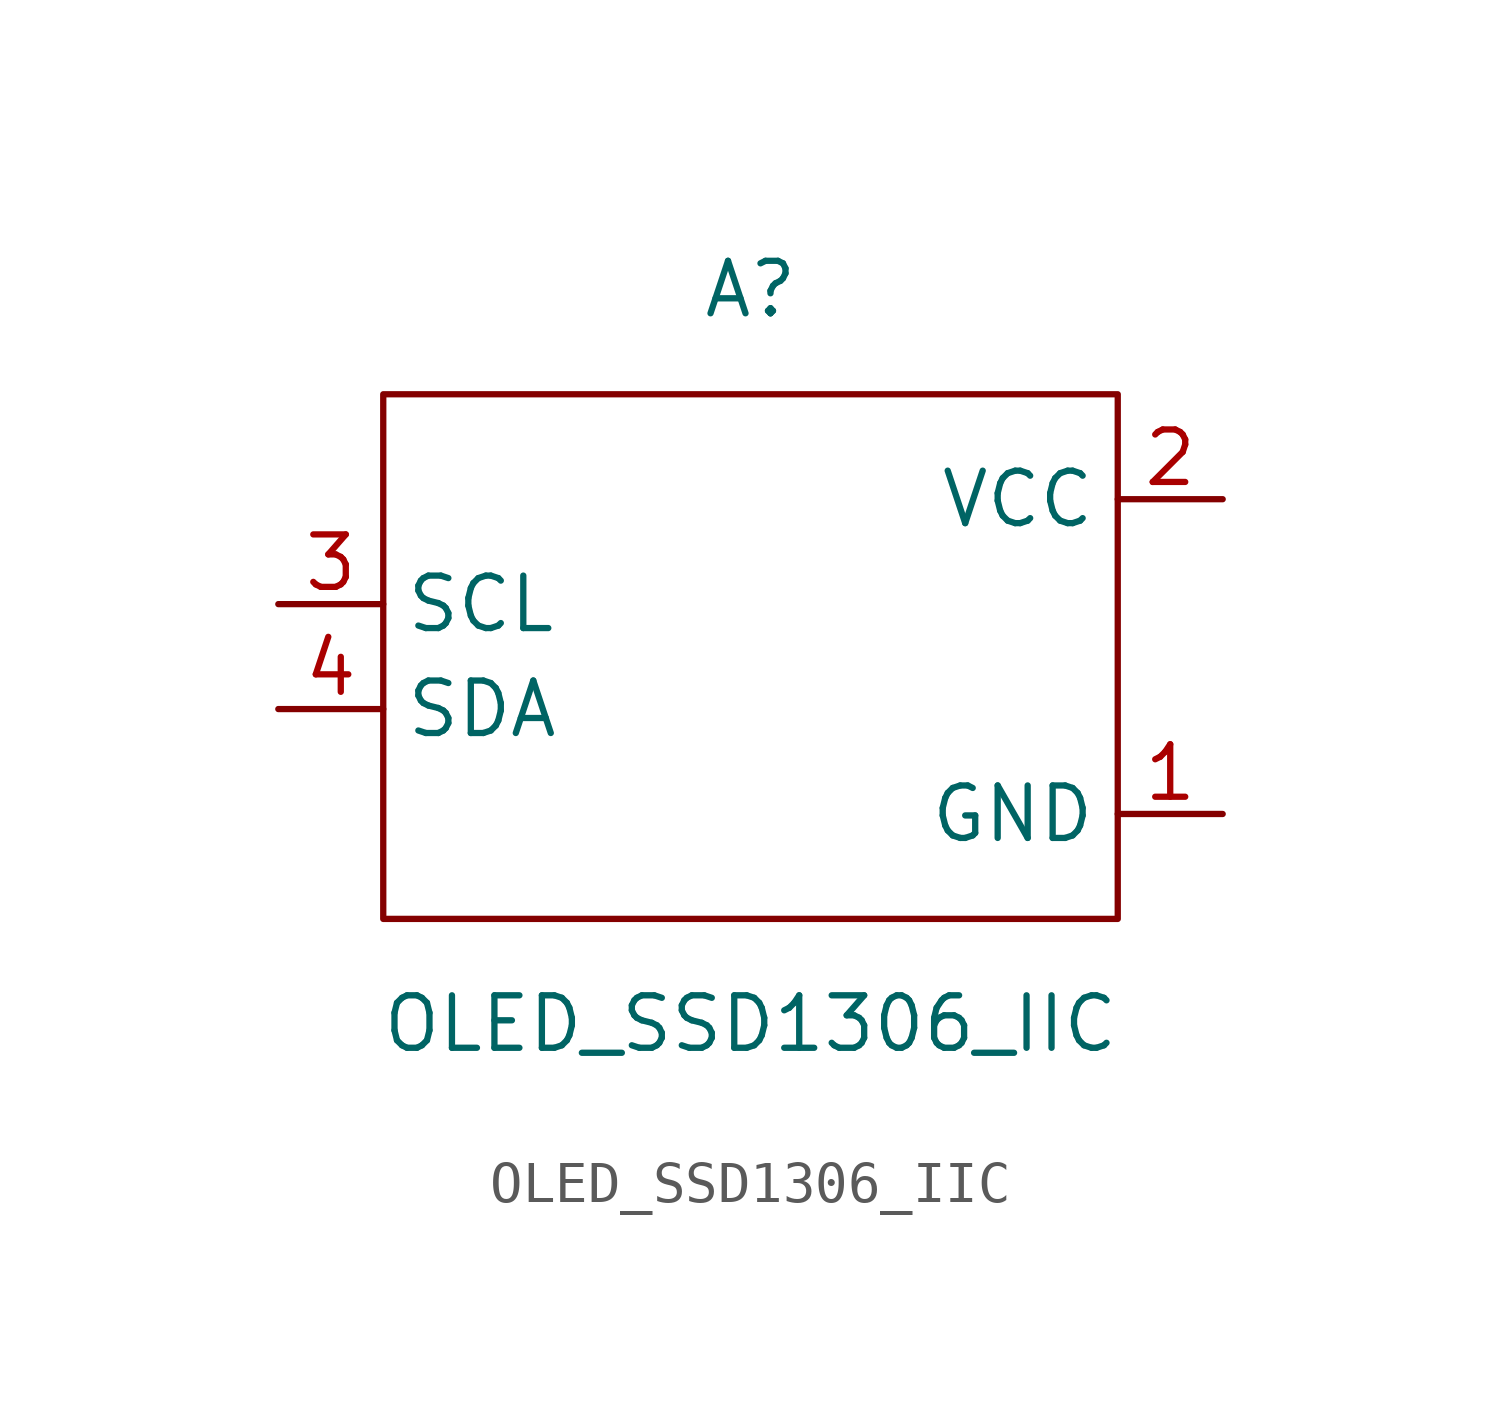
<source format=kicad_sym>
(kicad_symbol_lib
  (version 20211014)
  (generator kicad_symbol_editor)
  (symbol "OLED_SSD1306_IIC"
    (property "Reference" "A"
      (at 0 8.89 0)
      (effects (font (size 1.27 1.27))))
    (property "Value" "OLED_SSD1306_IIC"
      (at 0 -8.89 0)
      (effects (font (size 1.27 1.27))))
    (symbol "OLED_SSD1306_IIC_0_1"
      (rectangle (start -8.89 6.35) (end 8.89 -6.35) (stroke (width 0) (type default) (color 0 0 0 0)) (fill (type none))))
    (symbol "OLED_SSD1306_IIC_1_1"
      (pin power_in line (at 11.43 -3.81 180) (length 2.54) (name "GND" (effects (font (size 1.27 1.27)))) (number "1" (effects (font (size 1.27 1.27)))))
      (pin power_in line (at 11.43 3.81 180) (length 2.54) (name "VCC" (effects (font (size 1.27 1.27)))) (number "2" (effects (font (size 1.27 1.27)))))
      (pin input line (at -11.43 1.27 0) (length 2.54) (name "SCL" (effects (font (size 1.27 1.27)))) (number "3" (effects (font (size 1.27 1.27)))))
      (pin input line (at -11.43 -1.27 0) (length 2.54) (name "SDA" (effects (font (size 1.27 1.27)))) (number "4" (effects (font (size 1.27 1.27))))))))
</source>
